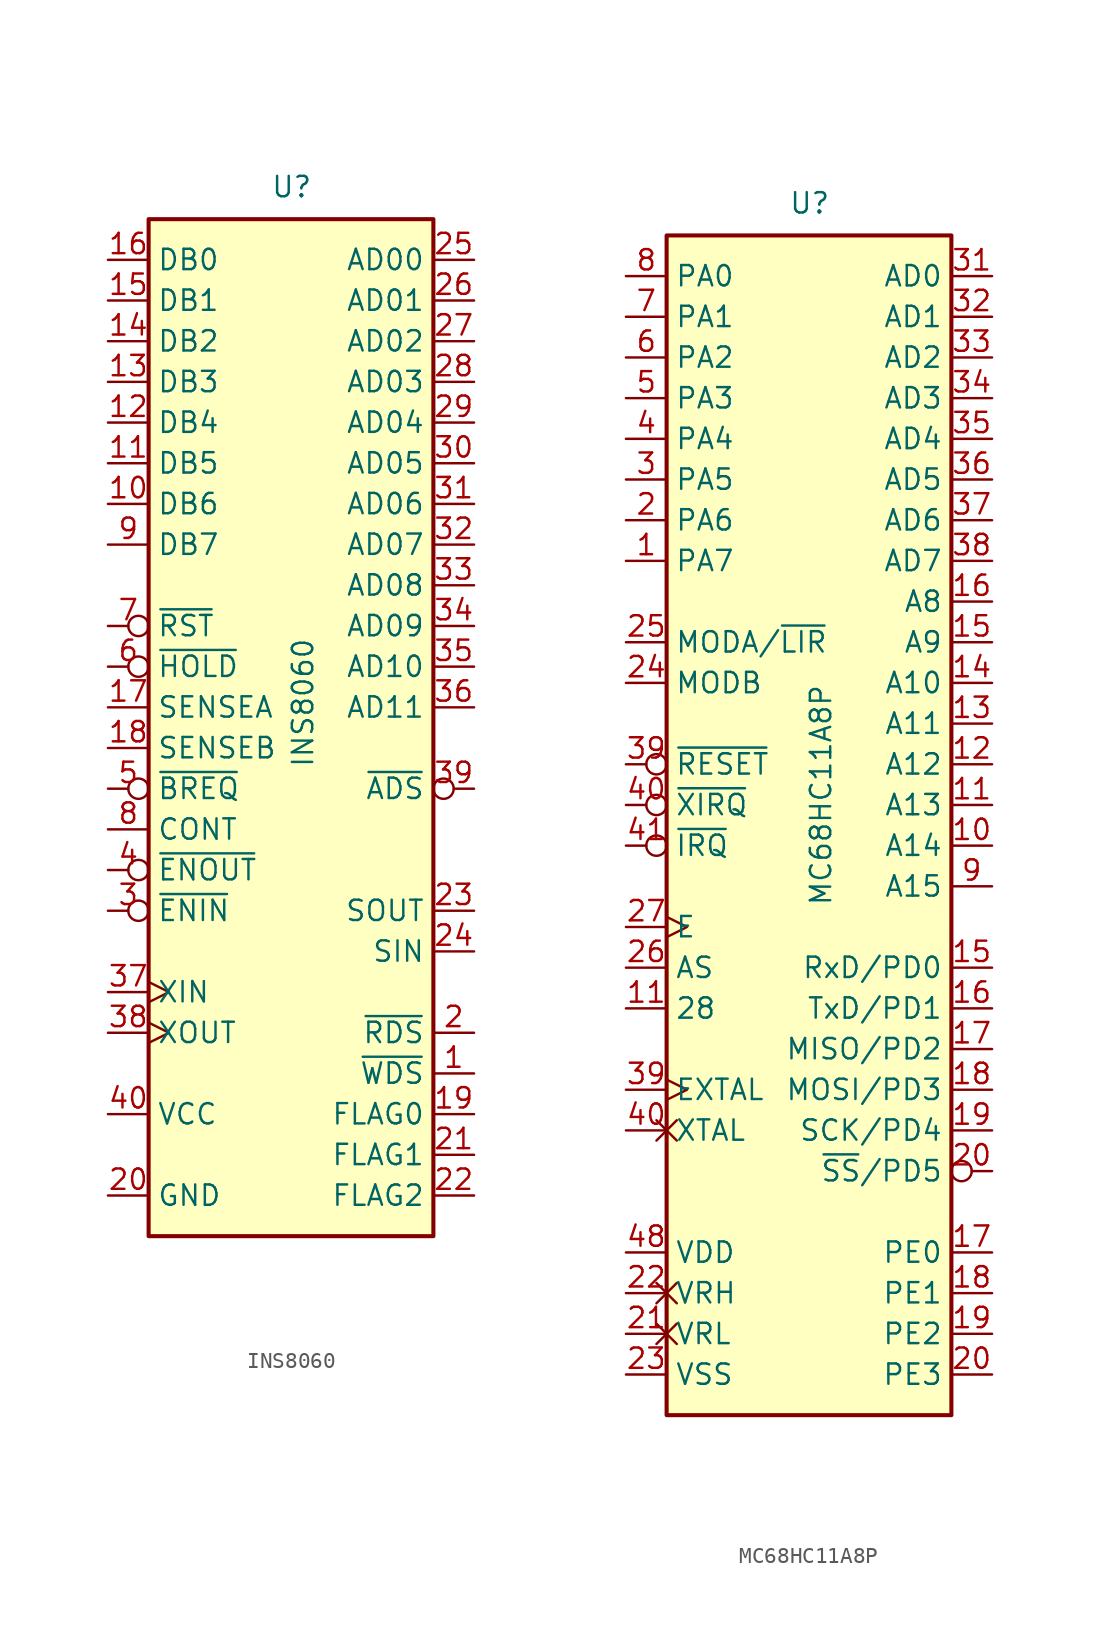
<source format=kicad_sym>
(kicad_symbol_lib
  (version 20211014)
  (generator kicad_symbol_editor)
  (symbol "INS8060"
    (property "Reference" "U"
      (at -1.27 31.75 0)
      (effects (font (size 1.27 1.27)) (justify left bottom)))
    (property "Value" "INS8060"
      (at 0 -3.81 90)
      (effects (font (size 1.27 1.27)) (justify left top)))
    (symbol "INS8060_0_1"
      (rectangle (start -8.89 -33.02) (end 8.89 30.48) (stroke (width 0.254) (type default) (color 0 0 0 0)) (fill (type background))))
    (symbol "INS8060_1_1"
      (pin output line (at 11.43 -22.86 180) (length 2.54) (name "~{WDS}" (effects (font (size 1.27 1.27)))) (number "1" (effects (font (size 1.27 1.27)))))
      (pin bidirectional line (at -11.43 12.7 0) (length 2.54) (name "DB6" (effects (font (size 1.27 1.27)))) (number "10" (effects (font (size 1.27 1.27)))))
      (pin bidirectional line (at -11.43 15.24 0) (length 2.54) (name "DB5" (effects (font (size 1.27 1.27)))) (number "11" (effects (font (size 1.27 1.27)))))
      (pin bidirectional line (at -11.43 17.78 0) (length 2.54) (name "DB4" (effects (font (size 1.27 1.27)))) (number "12" (effects (font (size 1.27 1.27)))))
      (pin bidirectional line (at -11.43 20.32 0) (length 2.54) (name "DB3" (effects (font (size 1.27 1.27)))) (number "13" (effects (font (size 1.27 1.27)))))
      (pin bidirectional line (at -11.43 22.86 0) (length 2.54) (name "DB2" (effects (font (size 1.27 1.27)))) (number "14" (effects (font (size 1.27 1.27)))))
      (pin bidirectional line (at -11.43 25.4 0) (length 2.54) (name "DB1" (effects (font (size 1.27 1.27)))) (number "15" (effects (font (size 1.27 1.27)))))
      (pin bidirectional line (at -11.43 27.94 0) (length 2.54) (name "DB0" (effects (font (size 1.27 1.27)))) (number "16" (effects (font (size 1.27 1.27)))))
      (pin input line (at -11.43 0 0) (length 2.54) (name "SENSEA" (effects (font (size 1.27 1.27)))) (number "17" (effects (font (size 1.27 1.27)))))
      (pin input line (at -11.43 -2.54 0) (length 2.54) (name "SENSEB" (effects (font (size 1.27 1.27)))) (number "18" (effects (font (size 1.27 1.27)))))
      (pin output line (at 11.43 -25.4 180) (length 2.54) (name "FLAG0" (effects (font (size 1.27 1.27)))) (number "19" (effects (font (size 1.27 1.27)))))
      (pin output line (at 11.43 -20.32 180) (length 2.54) (name "~{RDS}" (effects (font (size 1.27 1.27)))) (number "2" (effects (font (size 1.27 1.27)))))
      (pin power_in line (at -11.43 -30.48 0) (length 2.54) (name "GND" (effects (font (size 1.27 1.27)))) (number "20" (effects (font (size 1.27 1.27)))))
      (pin output line (at 11.43 -27.94 180) (length 2.54) (name "FLAG1" (effects (font (size 1.27 1.27)))) (number "21" (effects (font (size 1.27 1.27)))))
      (pin output line (at 11.43 -30.48 180) (length 2.54) (name "FLAG2" (effects (font (size 1.27 1.27)))) (number "22" (effects (font (size 1.27 1.27)))))
      (pin output line (at 11.43 -12.7 180) (length 2.54) (name "SOUT" (effects (font (size 1.27 1.27)))) (number "23" (effects (font (size 1.27 1.27)))))
      (pin input line (at 11.43 -15.24 180) (length 2.54) (name "SIN" (effects (font (size 1.27 1.27)))) (number "24" (effects (font (size 1.27 1.27)))))
      (pin output line (at 11.43 27.94 180) (length 2.54) (name "AD00" (effects (font (size 1.27 1.27)))) (number "25" (effects (font (size 1.27 1.27)))))
      (pin output line (at 11.43 25.4 180) (length 2.54) (name "AD01" (effects (font (size 1.27 1.27)))) (number "26" (effects (font (size 1.27 1.27)))))
      (pin output line (at 11.43 22.86 180) (length 2.54) (name "AD02" (effects (font (size 1.27 1.27)))) (number "27" (effects (font (size 1.27 1.27)))))
      (pin output line (at 11.43 20.32 180) (length 2.54) (name "AD03" (effects (font (size 1.27 1.27)))) (number "28" (effects (font (size 1.27 1.27)))))
      (pin output line (at 11.43 17.78 180) (length 2.54) (name "AD04" (effects (font (size 1.27 1.27)))) (number "29" (effects (font (size 1.27 1.27)))))
      (pin input inverted (at -11.43 -12.7 0) (length 2.54) (name "~{ENIN}" (effects (font (size 1.27 1.27)))) (number "3" (effects (font (size 1.27 1.27)))))
      (pin output line (at 11.43 15.24 180) (length 2.54) (name "AD05" (effects (font (size 1.27 1.27)))) (number "30" (effects (font (size 1.27 1.27)))))
      (pin output line (at 11.43 12.7 180) (length 2.54) (name "AD06" (effects (font (size 1.27 1.27)))) (number "31" (effects (font (size 1.27 1.27)))))
      (pin output line (at 11.43 10.16 180) (length 2.54) (name "AD07" (effects (font (size 1.27 1.27)))) (number "32" (effects (font (size 1.27 1.27)))))
      (pin output line (at 11.43 7.62 180) (length 2.54) (name "AD08" (effects (font (size 1.27 1.27)))) (number "33" (effects (font (size 1.27 1.27)))))
      (pin output line (at 11.43 5.08 180) (length 2.54) (name "AD09" (effects (font (size 1.27 1.27)))) (number "34" (effects (font (size 1.27 1.27)))))
      (pin output line (at 11.43 2.54 180) (length 2.54) (name "AD10" (effects (font (size 1.27 1.27)))) (number "35" (effects (font (size 1.27 1.27)))))
      (pin output line (at 11.43 0 180) (length 2.54) (name "AD11" (effects (font (size 1.27 1.27)))) (number "36" (effects (font (size 1.27 1.27)))))
      (pin input clock (at -11.43 -17.78 0) (length 2.54) (name "XIN" (effects (font (size 1.27 1.27)))) (number "37" (effects (font (size 1.27 1.27)))))
      (pin output clock (at -11.43 -20.32 0) (length 2.54) (name "XOUT" (effects (font (size 1.27 1.27)))) (number "38" (effects (font (size 1.27 1.27)))))
      (pin output inverted (at 11.43 -5.08 180) (length 2.54) (name "~{ADS}" (effects (font (size 1.27 1.27)))) (number "39" (effects (font (size 1.27 1.27)))))
      (pin output inverted (at -11.43 -10.16 0) (length 2.54) (name "~{ENOUT}" (effects (font (size 1.27 1.27)))) (number "4" (effects (font (size 1.27 1.27)))))
      (pin power_in line (at -11.43 -25.4 0) (length 2.54) (name "VCC" (effects (font (size 1.27 1.27)))) (number "40" (effects (font (size 1.27 1.27)))))
      (pin input inverted (at -11.43 -5.08 0) (length 2.54) (name "~{BREQ}" (effects (font (size 1.27 1.27)))) (number "5" (effects (font (size 1.27 1.27)))))
      (pin input inverted (at -11.43 2.54 0) (length 2.54) (name "~{HOLD}" (effects (font (size 1.27 1.27)))) (number "6" (effects (font (size 1.27 1.27)))))
      (pin input inverted (at -11.43 5.08 0) (length 2.54) (name "~{RST}" (effects (font (size 1.27 1.27)))) (number "7" (effects (font (size 1.27 1.27)))))
      (pin input line (at -11.43 -7.62 0) (length 2.54) (name "CONT" (effects (font (size 1.27 1.27)))) (number "8" (effects (font (size 1.27 1.27)))))
      (pin bidirectional line (at -11.43 10.16 0) (length 2.54) (name "DB7" (effects (font (size 1.27 1.27)))) (number "9" (effects (font (size 1.27 1.27)))))))
  (symbol "MC68HC11A8P"
    (property "Reference" "U"
      (at -1.27 31.75 0)
      (effects (font (size 1.27 1.27)) (justify left bottom)))
    (property "Value" "MC68HC11A8P"
      (at 0 -11.43 90)
      (effects (font (size 1.27 1.27)) (justify left top)))
    (symbol "MC68HC11A8P_0_1"
      (rectangle (start -8.89 -43.18) (end 8.89 30.48) (stroke (width 0.254) (type default) (color 0 0 0 0)) (fill (type background))))
    (symbol "MC68HC11A8P_1_1"
      (pin bidirectional line (at -11.43 10.16 0) (length 2.54) (name "PA7" (effects (font (size 1.27 1.27)))) (number "1" (effects (font (size 1.27 1.27)))))
      (pin output line (at 11.43 -7.62 180) (length 2.54) (name "A14" (effects (font (size 1.27 1.27)))) (number "10" (effects (font (size 1.27 1.27)))))
      (pin output line (at -11.43 -17.78 0) (length 2.54) (name "28" (effects (font (size 1.27 1.27)))) (number "11" (effects (font (size 1.27 1.27)))))
      (pin output line (at 11.43 -5.08 180) (length 2.54) (name "A13" (effects (font (size 1.27 1.27)))) (number "11" (effects (font (size 1.27 1.27)))))
      (pin output line (at 11.43 -2.54 180) (length 2.54) (name "A12" (effects (font (size 1.27 1.27)))) (number "12" (effects (font (size 1.27 1.27)))))
      (pin output line (at 11.43 0 180) (length 2.54) (name "A11" (effects (font (size 1.27 1.27)))) (number "13" (effects (font (size 1.27 1.27)))))
      (pin output line (at 11.43 2.54 180) (length 2.54) (name "A10" (effects (font (size 1.27 1.27)))) (number "14" (effects (font (size 1.27 1.27)))))
      (pin output line (at 11.43 5.08 180) (length 2.54) (name "A9" (effects (font (size 1.27 1.27)))) (number "15" (effects (font (size 1.27 1.27)))))
      (pin input line (at 11.43 -15.24 180) (length 2.54) (name "RxD/PD0" (effects (font (size 1.27 1.27)))) (number "15" (effects (font (size 1.27 1.27)))))
      (pin output line (at 11.43 7.62 180) (length 2.54) (name "A8" (effects (font (size 1.27 1.27)))) (number "16" (effects (font (size 1.27 1.27)))))
      (pin output line (at 11.43 -17.78 180) (length 2.54) (name "TxD/PD1" (effects (font (size 1.27 1.27)))) (number "16" (effects (font (size 1.27 1.27)))))
      (pin input line (at 11.43 -20.32 180) (length 2.54) (name "MISO/PD2" (effects (font (size 1.27 1.27)))) (number "17" (effects (font (size 1.27 1.27)))))
      (pin bidirectional line (at 11.43 -33.02 180) (length 2.54) (name "PE0" (effects (font (size 1.27 1.27)))) (number "17" (effects (font (size 1.27 1.27)))))
      (pin output line (at 11.43 -22.86 180) (length 2.54) (name "MOSI/PD3" (effects (font (size 1.27 1.27)))) (number "18" (effects (font (size 1.27 1.27)))))
      (pin bidirectional line (at 11.43 -35.56 180) (length 2.54) (name "PE1" (effects (font (size 1.27 1.27)))) (number "18" (effects (font (size 1.27 1.27)))))
      (pin bidirectional line (at 11.43 -38.1 180) (length 2.54) (name "PE2" (effects (font (size 1.27 1.27)))) (number "19" (effects (font (size 1.27 1.27)))))
      (pin output line (at 11.43 -25.4 180) (length 2.54) (name "SCK/PD4" (effects (font (size 1.27 1.27)))) (number "19" (effects (font (size 1.27 1.27)))))
      (pin bidirectional line (at -11.43 12.7 0) (length 2.54) (name "PA6" (effects (font (size 1.27 1.27)))) (number "2" (effects (font (size 1.27 1.27)))))
      (pin bidirectional line (at 11.43 -40.64 180) (length 2.54) (name "PE3" (effects (font (size 1.27 1.27)))) (number "20" (effects (font (size 1.27 1.27)))))
      (pin output inverted (at 11.43 -27.94 180) (length 2.54) (name "~{SS}/PD5" (effects (font (size 1.27 1.27)))) (number "20" (effects (font (size 1.27 1.27)))))
      (pin passive non_logic (at -11.43 -38.1 0) (length 2.54) (name "VRL" (effects (font (size 1.27 1.27)))) (number "21" (effects (font (size 1.27 1.27)))))
      (pin passive non_logic (at -11.43 -35.56 0) (length 2.54) (name "VRH" (effects (font (size 1.27 1.27)))) (number "22" (effects (font (size 1.27 1.27)))))
      (pin power_in line (at -11.43 -40.64 0) (length 2.54) (name "VSS" (effects (font (size 1.27 1.27)))) (number "23" (effects (font (size 1.27 1.27)))))
      (pin input line (at -11.43 2.54 0) (length 2.54) (name "MODB" (effects (font (size 1.27 1.27)))) (number "24" (effects (font (size 1.27 1.27)))))
      (pin bidirectional line (at -11.43 5.08 0) (length 2.54) (name "MODA/~{LIR}" (effects (font (size 1.27 1.27)))) (number "25" (effects (font (size 1.27 1.27)))))
      (pin output line (at -11.43 -15.24 0) (length 2.54) (name "AS" (effects (font (size 1.27 1.27)))) (number "26" (effects (font (size 1.27 1.27)))))
      (pin output clock (at -11.43 -12.7 0) (length 2.54) (name "E" (effects (font (size 1.27 1.27)))) (number "27" (effects (font (size 1.27 1.27)))))
      (pin bidirectional line (at -11.43 15.24 0) (length 2.54) (name "PA5" (effects (font (size 1.27 1.27)))) (number "3" (effects (font (size 1.27 1.27)))))
      (pin bidirectional line (at 11.43 27.94 180) (length 2.54) (name "AD0" (effects (font (size 1.27 1.27)))) (number "31" (effects (font (size 1.27 1.27)))))
      (pin bidirectional line (at 11.43 25.4 180) (length 2.54) (name "AD1" (effects (font (size 1.27 1.27)))) (number "32" (effects (font (size 1.27 1.27)))))
      (pin bidirectional line (at 11.43 22.86 180) (length 2.54) (name "AD2" (effects (font (size 1.27 1.27)))) (number "33" (effects (font (size 1.27 1.27)))))
      (pin bidirectional line (at 11.43 20.32 180) (length 2.54) (name "AD3" (effects (font (size 1.27 1.27)))) (number "34" (effects (font (size 1.27 1.27)))))
      (pin bidirectional line (at 11.43 17.78 180) (length 2.54) (name "AD4" (effects (font (size 1.27 1.27)))) (number "35" (effects (font (size 1.27 1.27)))))
      (pin bidirectional line (at 11.43 15.24 180) (length 2.54) (name "AD5" (effects (font (size 1.27 1.27)))) (number "36" (effects (font (size 1.27 1.27)))))
      (pin bidirectional line (at 11.43 12.7 180) (length 2.54) (name "AD6" (effects (font (size 1.27 1.27)))) (number "37" (effects (font (size 1.27 1.27)))))
      (pin bidirectional line (at 11.43 10.16 180) (length 2.54) (name "AD7" (effects (font (size 1.27 1.27)))) (number "38" (effects (font (size 1.27 1.27)))))
      (pin input clock (at -11.43 -22.86 0) (length 2.54) (name "EXTAL" (effects (font (size 1.27 1.27)))) (number "39" (effects (font (size 1.27 1.27)))))
      (pin bidirectional inverted (at -11.43 -2.54 0) (length 2.54) (name "~{RESET}" (effects (font (size 1.27 1.27)))) (number "39" (effects (font (size 1.27 1.27)))))
      (pin bidirectional line (at -11.43 17.78 0) (length 2.54) (name "PA4" (effects (font (size 1.27 1.27)))) (number "4" (effects (font (size 1.27 1.27)))))
      (pin output non_logic (at -11.43 -25.4 0) (length 2.54) (name "XTAL" (effects (font (size 1.27 1.27)))) (number "40" (effects (font (size 1.27 1.27)))))
      (pin input inverted (at -11.43 -5.08 0) (length 2.54) (name "~{XIRQ}" (effects (font (size 1.27 1.27)))) (number "40" (effects (font (size 1.27 1.27)))))
      (pin input inverted (at -11.43 -7.62 0) (length 2.54) (name "~{IRQ}" (effects (font (size 1.27 1.27)))) (number "41" (effects (font (size 1.27 1.27)))))
      (pin power_in line (at -11.43 -33.02 0) (length 2.54) (name "VDD" (effects (font (size 1.27 1.27)))) (number "48" (effects (font (size 1.27 1.27)))))
      (pin bidirectional line (at -11.43 20.32 0) (length 2.54) (name "PA3" (effects (font (size 1.27 1.27)))) (number "5" (effects (font (size 1.27 1.27)))))
      (pin bidirectional line (at -11.43 22.86 0) (length 2.54) (name "PA2" (effects (font (size 1.27 1.27)))) (number "6" (effects (font (size 1.27 1.27)))))
      (pin bidirectional line (at -11.43 25.4 0) (length 2.54) (name "PA1" (effects (font (size 1.27 1.27)))) (number "7" (effects (font (size 1.27 1.27)))))
      (pin bidirectional line (at -11.43 27.94 0) (length 2.54) (name "PA0" (effects (font (size 1.27 1.27)))) (number "8" (effects (font (size 1.27 1.27)))))
      (pin output line (at 11.43 -10.16 180) (length 2.54) (name "A15" (effects (font (size 1.27 1.27)))) (number "9" (effects (font (size 1.27 1.27))))))))
</source>
